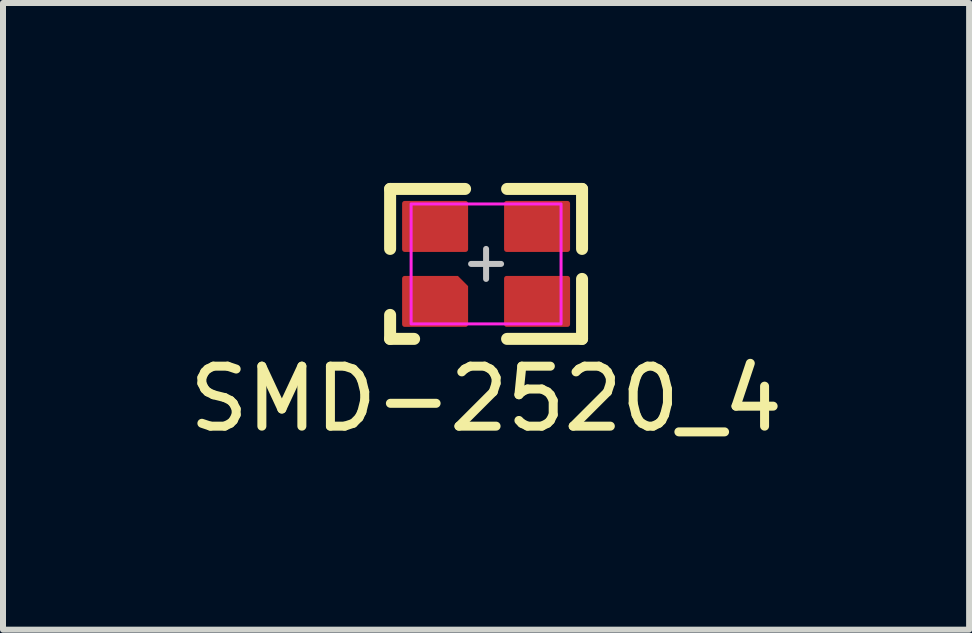
<source format=kicad_pcb>
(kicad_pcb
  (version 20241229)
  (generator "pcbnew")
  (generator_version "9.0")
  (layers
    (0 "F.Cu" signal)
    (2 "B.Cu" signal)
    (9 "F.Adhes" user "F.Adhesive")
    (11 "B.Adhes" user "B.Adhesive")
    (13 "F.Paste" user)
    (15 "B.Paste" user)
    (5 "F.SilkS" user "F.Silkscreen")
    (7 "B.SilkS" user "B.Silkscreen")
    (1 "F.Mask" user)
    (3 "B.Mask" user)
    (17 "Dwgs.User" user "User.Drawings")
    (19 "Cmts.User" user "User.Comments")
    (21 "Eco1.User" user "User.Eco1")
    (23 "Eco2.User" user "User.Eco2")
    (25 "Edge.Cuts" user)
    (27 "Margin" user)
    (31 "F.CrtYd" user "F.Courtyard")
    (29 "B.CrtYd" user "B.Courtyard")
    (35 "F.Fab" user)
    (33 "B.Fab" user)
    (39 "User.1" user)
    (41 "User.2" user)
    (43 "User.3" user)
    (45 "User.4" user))
  (footprint "SMD-2520_4"
    (layer "F.Cu")
    (at 5.054 1.35)
    (property "Reference" "SMD-2520_4" (at 0 2.25 0) (unlocked yes) (layer "F.SilkS") (effects (font (size 1 1) (thickness 0.15))))
    (attr smd)
    (fp_line (start -1.6 -1.25) (end -0.35 -1.25) (stroke (width 0.2) (type solid)) (layer "F.SilkS"))
    (fp_line (start -1.6 -0.25) (end -1.6 -1.25) (stroke (width 0.2) (type solid)) (layer "F.SilkS"))
    (fp_line (start -1.6 0.85) (end -1.6 1.25) (stroke (width 0.2) (type solid)) (layer "F.SilkS"))
    (fp_line (start -1.6 1.25) (end -1.2 1.25) (stroke (width 0.2) (type solid)) (layer "F.SilkS"))
    (fp_line (start 1.6 -1.25) (end 0.35 -1.25) (stroke (width 0.2) (type solid)) (layer "F.SilkS"))
    (fp_line (start 1.6 -0.25) (end 1.6 -1.25) (stroke (width 0.2) (type solid)) (layer "F.SilkS"))
    (fp_line (start 1.6 0.25) (end 1.6 1.25) (stroke (width 0.2) (type solid)) (layer "F.SilkS"))
    (fp_line (start 1.6 1.25) (end 0.35 1.25) (stroke (width 0.2) (type solid)) (layer "F.SilkS"))
    (fp_line (start -0.25 0) (end 0.25 0) (stroke (width 0.1) (type solid)) (layer "Dwgs.User"))
    (fp_line (start 0 -0.25) (end 0 0.25) (stroke (width 0.1) (type solid)) (layer "Dwgs.User"))
    (fp_rect (start -1.25 -1) (end 1.25 1) (stroke (width 0.05) (type solid)) (fill no) (layer "F.CrtYd"))
    (pad "1" smd roundrect (at -0.85 0.625) (size 1.1 0.85) (layers "F.Cu" "F.Mask" "F.Paste") (roundrect_rratio 0.05) (chamfer_ratio 0.2) (chamfer top_right))
    (pad "2" smd roundrect (at 0.85 0.625) (size 1.1 0.85) (layers "F.Cu" "F.Mask" "F.Paste") (roundrect_rratio 0.05))
    (pad "3" smd roundrect (at 0.85 -0.625) (size 1.1 0.85) (layers "F.Cu" "F.Mask" "F.Paste") (roundrect_rratio 0.05))
    (pad "4" smd roundrect (at -0.85 -0.625) (size 1.1 0.85) (layers "F.Cu" "F.Mask" "F.Paste") (roundrect_rratio 0.05)))
  (gr_rect
    (start -3 -3)
    (end 13.107 7.448)
    (stroke (width 0.1) (type default))
    (fill no)
    (layer "Edge.Cuts")))
</source>
